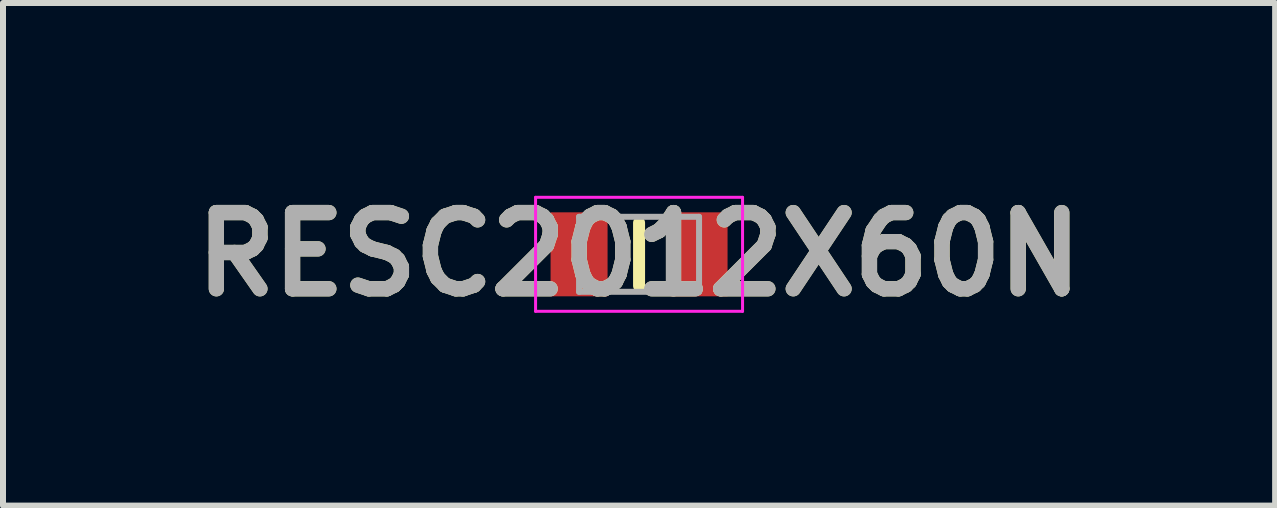
<source format=kicad_pcb>
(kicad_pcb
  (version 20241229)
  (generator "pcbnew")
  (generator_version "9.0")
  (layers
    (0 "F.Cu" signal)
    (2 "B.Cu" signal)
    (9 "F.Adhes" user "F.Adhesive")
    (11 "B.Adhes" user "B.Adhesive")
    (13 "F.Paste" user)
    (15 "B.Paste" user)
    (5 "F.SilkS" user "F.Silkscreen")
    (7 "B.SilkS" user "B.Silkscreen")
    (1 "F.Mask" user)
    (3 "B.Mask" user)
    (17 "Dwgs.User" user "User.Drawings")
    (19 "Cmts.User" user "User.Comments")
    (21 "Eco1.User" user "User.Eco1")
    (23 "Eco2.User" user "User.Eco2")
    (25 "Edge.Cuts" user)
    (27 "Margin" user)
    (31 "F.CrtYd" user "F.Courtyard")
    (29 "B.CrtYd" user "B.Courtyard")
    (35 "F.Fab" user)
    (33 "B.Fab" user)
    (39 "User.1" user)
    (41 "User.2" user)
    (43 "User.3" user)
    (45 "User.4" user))
  (footprint "RESC2012X60N"
    (layer "F.Cu")
    (at 7.602 1.189)
    (property "Reference" "RESC2012X60N" (at 0 0 0) (layer "F.SilkS") (effects (font (size 1.27 1.27) (thickness 0.254))))
    (attr smd)
    (fp_line (start 0 -0.525) (end 0 0.525) (stroke (width 0.2) (type solid)) (layer "F.SilkS"))
    (fp_line (start -1.725 -0.95) (end 1.725 -0.95) (stroke (width 0.05) (type solid)) (layer "F.CrtYd"))
    (fp_line (start -1.725 0.95) (end -1.725 -0.95) (stroke (width 0.05) (type solid)) (layer "F.CrtYd"))
    (fp_line (start 1.725 -0.95) (end 1.725 0.95) (stroke (width 0.05) (type solid)) (layer "F.CrtYd"))
    (fp_line (start 1.725 0.95) (end -1.725 0.95) (stroke (width 0.05) (type solid)) (layer "F.CrtYd"))
    (fp_line (start -1 -0.625) (end 1 -0.625) (stroke (width 0.1) (type solid)) (layer "F.Fab"))
    (fp_line (start -1 0.625) (end -1 -0.625) (stroke (width 0.1) (type solid)) (layer "F.Fab"))
    (fp_line (start 1 -0.625) (end 1 0.625) (stroke (width 0.1) (type solid)) (layer "F.Fab"))
    (fp_line (start 1 0.625) (end -1 0.625) (stroke (width 0.1) (type solid)) (layer "F.Fab"))
    (fp_text user "${REFERENCE}" (at 0 0 0) (layer "F.Fab") (effects (font (size 1.27 1.27) (thickness 0.254))))
    (pad "1" smd rect (at -1 0) (size 0.95 1.4) (layers "F.Cu" "F.Mask" "F.Paste"))
    (pad "2" smd rect (at 1 0) (size 0.95 1.4) (layers "F.Cu" "F.Mask" "F.Paste")))
  (gr_rect
    (start -3 -3)
    (end 18.204 5.377)
    (stroke (width 0.1) (type default))
    (fill no)
    (layer "Edge.Cuts")))
</source>
